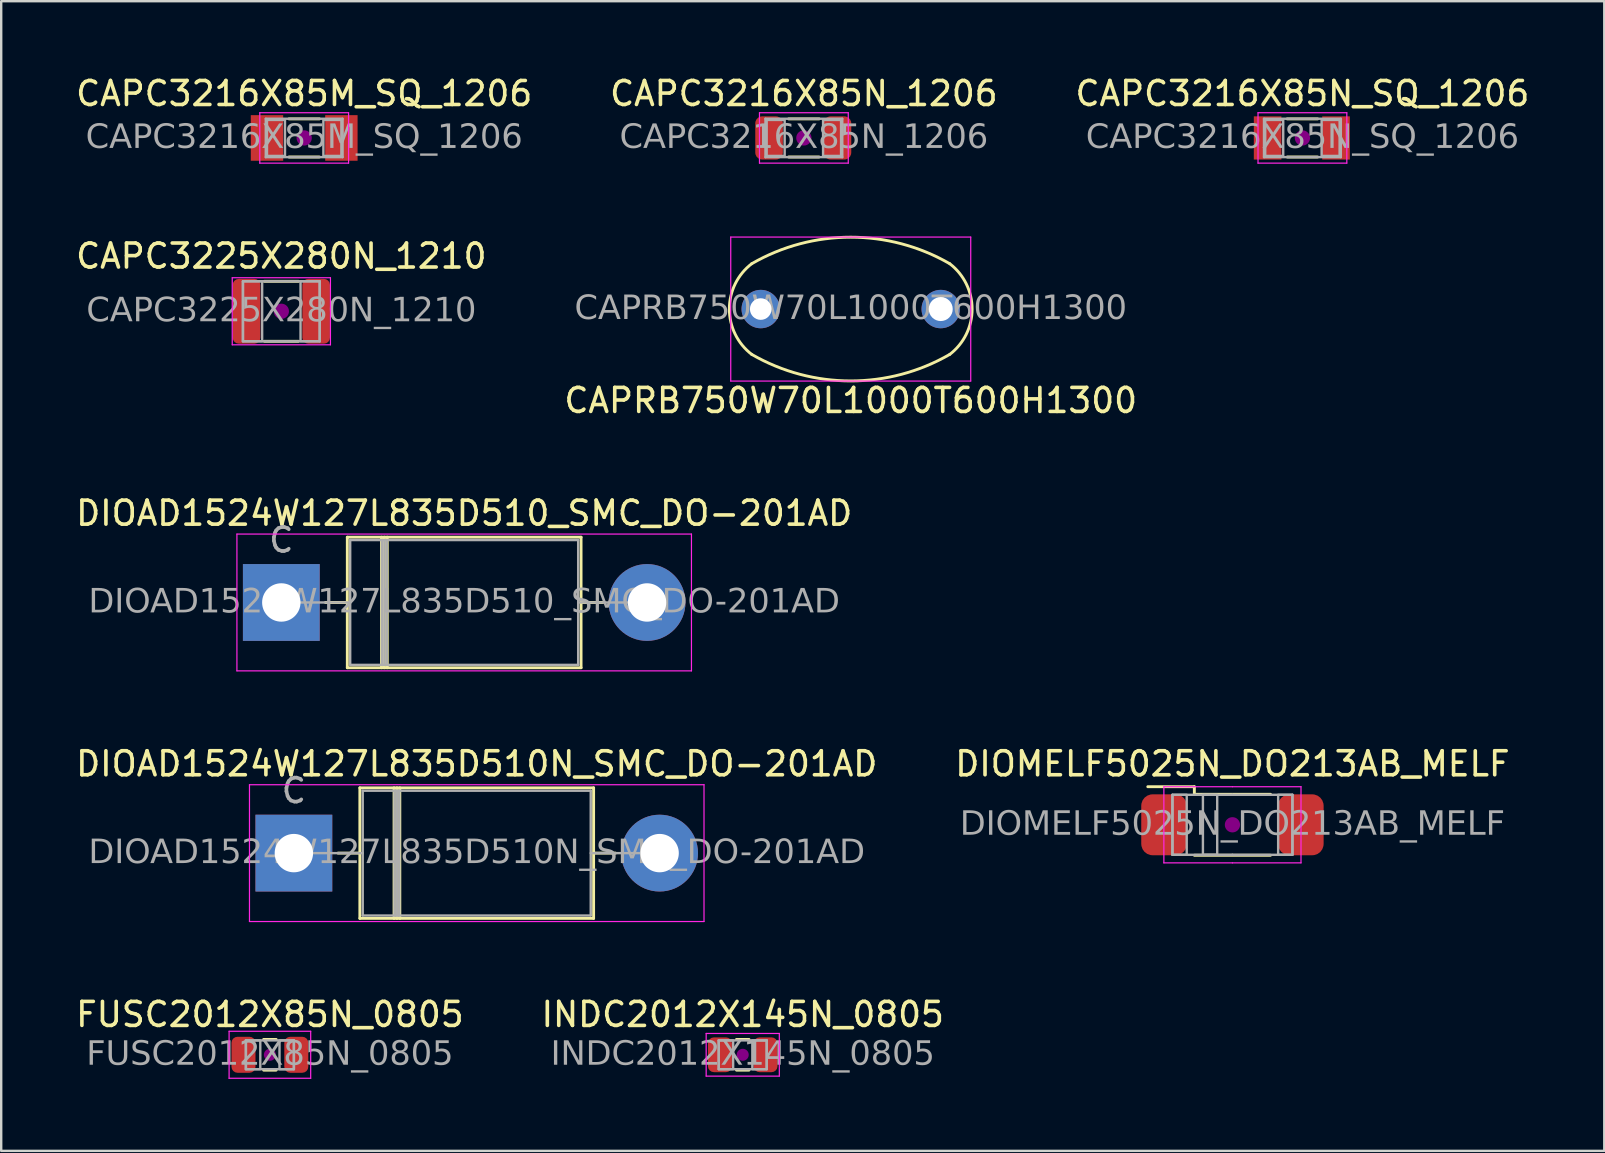
<source format=kicad_pcb>
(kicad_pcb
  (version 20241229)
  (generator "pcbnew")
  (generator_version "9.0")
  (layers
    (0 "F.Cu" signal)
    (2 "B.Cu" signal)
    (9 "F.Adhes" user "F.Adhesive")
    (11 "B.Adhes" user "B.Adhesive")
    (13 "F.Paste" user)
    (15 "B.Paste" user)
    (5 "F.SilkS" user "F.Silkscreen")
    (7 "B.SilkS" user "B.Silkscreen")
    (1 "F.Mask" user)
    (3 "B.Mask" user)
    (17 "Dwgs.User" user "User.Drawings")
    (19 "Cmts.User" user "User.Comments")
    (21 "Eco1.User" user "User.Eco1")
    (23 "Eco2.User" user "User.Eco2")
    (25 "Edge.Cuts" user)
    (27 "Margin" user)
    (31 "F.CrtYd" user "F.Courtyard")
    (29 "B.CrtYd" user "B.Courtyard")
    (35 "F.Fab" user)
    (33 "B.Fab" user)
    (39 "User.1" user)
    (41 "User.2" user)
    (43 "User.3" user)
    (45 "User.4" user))
  (footprint "DIOAD1524W127L835D510_SMC_DO-201AD"
    (layer "F.Cu")
    (at 16.292 22.054)
    (property "Reference" "DIOAD1524W127L835D510_SMC_DO-201AD" (at 0 -3.72 0) (layer "F.SilkS") (effects (font (size 1 1) (thickness 0.15))))
    (attr through_hole)
    (fp_line (start -5.78 0) (end -4.87 0) (stroke (width 0.12) (type solid)) (layer "F.SilkS"))
    (fp_line (start -4.87 -2.72) (end -4.87 2.72) (stroke (width 0.12) (type solid)) (layer "F.SilkS"))
    (fp_line (start -4.87 2.72) (end 4.87 2.72) (stroke (width 0.12) (type solid)) (layer "F.SilkS"))
    (fp_line (start -3.445 -2.72) (end -3.445 2.72) (stroke (width 0.12) (type solid)) (layer "F.SilkS"))
    (fp_line (start -3.325 -2.72) (end -3.325 2.72) (stroke (width 0.12) (type solid)) (layer "F.SilkS"))
    (fp_line (start -3.205 -2.72) (end -3.205 2.72) (stroke (width 0.12) (type solid)) (layer "F.SilkS"))
    (fp_line (start 4.87 -2.72) (end -4.87 -2.72) (stroke (width 0.12) (type solid)) (layer "F.SilkS"))
    (fp_line (start 4.87 2.72) (end 4.87 -2.72) (stroke (width 0.12) (type solid)) (layer "F.SilkS"))
    (fp_line (start 5.78 0) (end 4.87 0) (stroke (width 0.12) (type solid)) (layer "F.SilkS"))
    (fp_line (start -9.47 -2.85) (end -9.47 2.85) (stroke (width 0.05) (type solid)) (layer "F.CrtYd"))
    (fp_line (start -9.47 2.85) (end 9.47 2.85) (stroke (width 0.05) (type solid)) (layer "F.CrtYd"))
    (fp_line (start 9.47 -2.85) (end -9.47 -2.85) (stroke (width 0.05) (type solid)) (layer "F.CrtYd"))
    (fp_line (start 9.47 2.85) (end 9.47 -2.85) (stroke (width 0.05) (type solid)) (layer "F.CrtYd"))
    (fp_line (start -7.62 0) (end -4.75 0) (stroke (width 0.1) (type solid)) (layer "F.Fab"))
    (fp_line (start -4.75 -2.6) (end -4.75 2.6) (stroke (width 0.1) (type solid)) (layer "F.Fab"))
    (fp_line (start -4.75 2.6) (end 4.75 2.6) (stroke (width 0.1) (type solid)) (layer "F.Fab"))
    (fp_line (start -3.425 -2.6) (end -3.425 2.6) (stroke (width 0.1) (type solid)) (layer "F.Fab"))
    (fp_line (start -3.325 -2.6) (end -3.325 2.6) (stroke (width 0.1) (type solid)) (layer "F.Fab"))
    (fp_line (start -3.225 -2.6) (end -3.225 2.6) (stroke (width 0.1) (type solid)) (layer "F.Fab"))
    (fp_line (start 4.75 -2.6) (end -4.75 -2.6) (stroke (width 0.1) (type solid)) (layer "F.Fab"))
    (fp_line (start 4.75 2.6) (end 4.75 -2.6) (stroke (width 0.1) (type solid)) (layer "F.Fab"))
    (fp_line (start 7.62 0) (end 4.75 0) (stroke (width 0.1) (type solid)) (layer "F.Fab"))
    (fp_text user "C" (at -7.62 -2.6 0) (layer "F.Fab") (effects (font (size 1 1) (thickness 0.15))))
    (fp_text user "${REFERENCE}" (at 0 0 0) (layer "F.Fab") (effects (font (face "Tahoma") (size 1 1) (thickness 0.15))))
    (pad "1" thru_hole rect (at -7.62 0) (size 3.2 3.2) (drill 1.6) (layers "*.Cu" "*.Mask"))
    (pad "2" thru_hole oval (at 7.62 0) (size 3.2 3.2) (drill 1.6) (layers "*.Cu" "*.Mask")))
  (footprint "FUSC2012X85N_0805"
    (layer "F.Cu")
    (at 8.196 40.901)
    (property "Reference" "FUSC2012X85N_0805" (at 0 -1.68 0) (layer "F.SilkS") (effects (font (size 1 1) (thickness 0.15))))
    (attr smd)
    (fp_line (start -0.261 -0.64) (end 0.261 -0.64) (stroke (width 0.12) (type solid)) (layer "F.SilkS"))
    (fp_line (start -0.261 0.64) (end 0.261 0.64) (stroke (width 0.12) (type solid)) (layer "F.SilkS"))
    (fp_circle (center 0 0) (end 0.25 0) (stroke (width 0) (type solid)) (fill yes) (layer "F.Adhes"))
    (fp_line (start -1.7 -0.98) (end 1.7 -0.98) (stroke (width 0.05) (type solid)) (layer "F.CrtYd"))
    (fp_line (start -1.7 0.98) (end -1.7 -0.98) (stroke (width 0.05) (type solid)) (layer "F.CrtYd"))
    (fp_line (start 1.7 -0.98) (end 1.7 0.98) (stroke (width 0.05) (type solid)) (layer "F.CrtYd"))
    (fp_line (start 1.7 0.98) (end -1.7 0.98) (stroke (width 0.05) (type solid)) (layer "F.CrtYd"))
    (fp_line (start -1 -0.6) (end 1 -0.6) (stroke (width 0.1) (type solid)) (layer "F.Fab"))
    (fp_line (start -1 0.6) (end -1 -0.6) (stroke (width 0.1) (type solid)) (layer "F.Fab"))
    (fp_line (start 1 -0.6) (end 1 0.6) (stroke (width 0.1) (type solid)) (layer "F.Fab"))
    (fp_line (start 1 0.6) (end -1 0.6) (stroke (width 0.1) (type solid)) (layer "F.Fab"))
    (fp_rect (start -1 -0.6) (end -0.4 0.6) (stroke (width 0.1) (type solid)) (fill no) (layer "F.Fab"))
    (fp_rect (start 0.4 -0.6) (end 1 0.6) (stroke (width 0.1) (type solid)) (fill no) (layer "F.Fab"))
    (fp_text user "${REFERENCE}" (at 0 0 0) (layer "F.Fab") (effects (font (face "Tahoma") (size 1 1) (thickness 0.15))))
    (pad "1" smd roundrect (at -1.1 0) (size 1 1.5) (layers "F.Cu" "F.Mask" "F.Paste") (roundrect_rratio 0.25))
    (pad "2" smd roundrect (at 1.1 0) (size 1 1.5) (layers "F.Cu" "F.Mask" "F.Paste") (roundrect_rratio 0.25)))
  (footprint "INDC2012X145N_0805"
    (layer "F.Cu")
    (at 27.899 40.901)
    (property "Reference" "INDC2012X145N_0805" (at 0 -1.68 0) (layer "F.SilkS") (effects (font (size 1 1) (thickness 0.15))))
    (attr smd)
    (fp_line (start -0.261 -0.64) (end 0.261 -0.64) (stroke (width 0.12) (type solid)) (layer "F.SilkS"))
    (fp_line (start -0.261 0.64) (end 0.261 0.64) (stroke (width 0.12) (type solid)) (layer "F.SilkS"))
    (fp_circle (center 0 0) (end 0.25 0) (stroke (width 0) (type solid)) (fill yes) (layer "F.Adhes"))
    (fp_line (start -1.524 -0.889) (end 1.524 -0.889) (stroke (width 0.05) (type solid)) (layer "F.CrtYd"))
    (fp_line (start -1.524 0.889) (end -1.524 -0.889) (stroke (width 0.05) (type solid)) (layer "F.CrtYd"))
    (fp_line (start 1.524 -0.889) (end 1.524 0.889) (stroke (width 0.05) (type solid)) (layer "F.CrtYd"))
    (fp_line (start 1.524 0.889) (end -1.524 0.889) (stroke (width 0.05) (type solid)) (layer "F.CrtYd"))
    (fp_line (start -1 -0.6) (end 1 -0.6) (stroke (width 0.1) (type solid)) (layer "F.Fab"))
    (fp_line (start -1 0.6) (end -1 -0.6) (stroke (width 0.1) (type solid)) (layer "F.Fab"))
    (fp_line (start 1 -0.6) (end 1 0.6) (stroke (width 0.1) (type solid)) (layer "F.Fab"))
    (fp_line (start 1 0.6) (end -1 0.6) (stroke (width 0.1) (type solid)) (layer "F.Fab"))
    (fp_rect (start -1 -0.6) (end -0.4 0.6) (stroke (width 0.1) (type solid)) (fill no) (layer "F.Fab"))
    (fp_rect (start 0.4 -0.6) (end 1 0.6) (stroke (width 0.1) (type solid)) (fill no) (layer "F.Fab"))
    (fp_text user "${REFERENCE}" (at 0 0 0) (layer "F.Fab") (effects (font (face "Tahoma") (size 1 1) (thickness 0.15))))
    (pad "1" smd roundrect (at -0.95 0) (size 1 1.45) (layers "F.Cu" "F.Mask" "F.Paste") (roundrect_rratio 0.25))
    (pad "2" smd roundrect (at 0.95 0) (size 1 1.45) (layers "F.Cu" "F.Mask" "F.Paste") (roundrect_rratio 0.25)))
  (footprint "DIOAD1524W127L835D510N_SMC_DO-201AD"
    (layer "F.Cu")
    (at 16.815 32.498)
    (property "Reference" "DIOAD1524W127L835D510N_SMC_DO-201AD" (at 0 -3.72 0) (layer "F.SilkS") (effects (font (size 1 1) (thickness 0.15))))
    (attr through_hole)
    (fp_line (start -5.78 0) (end -4.87 0) (stroke (width 0.12) (type solid)) (layer "F.SilkS"))
    (fp_line (start -4.87 -2.72) (end -4.87 2.72) (stroke (width 0.12) (type solid)) (layer "F.SilkS"))
    (fp_line (start -4.87 2.72) (end 4.87 2.72) (stroke (width 0.12) (type solid)) (layer "F.SilkS"))
    (fp_line (start -3.445 -2.72) (end -3.445 2.72) (stroke (width 0.12) (type solid)) (layer "F.SilkS"))
    (fp_line (start -3.325 -2.72) (end -3.325 2.72) (stroke (width 0.12) (type solid)) (layer "F.SilkS"))
    (fp_line (start -3.205 -2.72) (end -3.205 2.72) (stroke (width 0.12) (type solid)) (layer "F.SilkS"))
    (fp_line (start 4.87 -2.72) (end -4.87 -2.72) (stroke (width 0.12) (type solid)) (layer "F.SilkS"))
    (fp_line (start 4.87 2.72) (end 4.87 -2.72) (stroke (width 0.12) (type solid)) (layer "F.SilkS"))
    (fp_line (start 5.78 0) (end 4.87 0) (stroke (width 0.12) (type solid)) (layer "F.SilkS"))
    (fp_line (start -9.47 -2.85) (end -9.47 2.85) (stroke (width 0.05) (type solid)) (layer "F.CrtYd"))
    (fp_line (start -9.47 2.85) (end 9.47 2.85) (stroke (width 0.05) (type solid)) (layer "F.CrtYd"))
    (fp_line (start 9.47 -2.85) (end -9.47 -2.85) (stroke (width 0.05) (type solid)) (layer "F.CrtYd"))
    (fp_line (start 9.47 2.85) (end 9.47 -2.85) (stroke (width 0.05) (type solid)) (layer "F.CrtYd"))
    (fp_line (start -7.62 0) (end -4.75 0) (stroke (width 0.1) (type solid)) (layer "F.Fab"))
    (fp_line (start -4.75 -2.6) (end -4.75 2.6) (stroke (width 0.1) (type solid)) (layer "F.Fab"))
    (fp_line (start -4.75 2.6) (end 4.75 2.6) (stroke (width 0.1) (type solid)) (layer "F.Fab"))
    (fp_line (start -3.425 -2.6) (end -3.425 2.6) (stroke (width 0.1) (type solid)) (layer "F.Fab"))
    (fp_line (start -3.325 -2.6) (end -3.325 2.6) (stroke (width 0.1) (type solid)) (layer "F.Fab"))
    (fp_line (start -3.225 -2.6) (end -3.225 2.6) (stroke (width 0.1) (type solid)) (layer "F.Fab"))
    (fp_line (start 4.75 -2.6) (end -4.75 -2.6) (stroke (width 0.1) (type solid)) (layer "F.Fab"))
    (fp_line (start 4.75 2.6) (end 4.75 -2.6) (stroke (width 0.1) (type solid)) (layer "F.Fab"))
    (fp_line (start 7.62 0) (end 4.75 0) (stroke (width 0.1) (type solid)) (layer "F.Fab"))
    (fp_text user "${REFERENCE}" (at 0 0 0) (layer "F.Fab") (effects (font (face "Tahoma") (size 1 1) (thickness 0.15))))
    (fp_text user "C" (at -7.62 -2.6 0) (layer "F.Fab") (effects (font (size 1 1) (thickness 0.15))))
    (pad "1" thru_hole rect (at -7.62 0) (size 3.2 3.2) (drill 1.6) (layers "*.Cu" "*.Mask"))
    (pad "2" thru_hole oval (at 7.62 0) (size 3.2 3.2) (drill 1.6) (layers "*.Cu" "*.Mask")))
  (footprint "CAPC3216X85N_1206"
    (layer "F.Cu")
    (at 30.446 2.698)
    (property "Reference" "CAPC3216X85N_1206" (at 0 -1.85 0) (layer "F.SilkS") (effects (font (size 1 1) (thickness 0.15))))
    (attr smd)
    (fp_line (start -0.635 -0.794) (end 0.635 -0.794) (stroke (width 0.12) (type solid)) (layer "F.SilkS"))
    (fp_line (start -0.635 0.794) (end 0.635 0.794) (stroke (width 0.12) (type solid)) (layer "F.SilkS"))
    (fp_circle (center 0 0) (end 0.318 0) (stroke (width 0) (type solid)) (fill yes) (layer "F.Adhes"))
    (fp_line (start -1.85 -1.05) (end 1.85 -1.05) (stroke (width 0.05) (type solid)) (layer "F.CrtYd"))
    (fp_line (start -1.85 1.05) (end -1.85 -1.05) (stroke (width 0.05) (type solid)) (layer "F.CrtYd"))
    (fp_line (start 1.85 -1.05) (end 1.85 1.05) (stroke (width 0.05) (type solid)) (layer "F.CrtYd"))
    (fp_line (start 1.85 1.05) (end -1.85 1.05) (stroke (width 0.05) (type solid)) (layer "F.CrtYd"))
    (fp_line (start -1.6 -0.8) (end 1.6 -0.8) (stroke (width 0.1) (type solid)) (layer "F.Fab"))
    (fp_line (start -1.6 0.8) (end -1.6 -0.8) (stroke (width 0.1) (type solid)) (layer "F.Fab"))
    (fp_line (start 1.6 -0.8) (end 1.6 0.8) (stroke (width 0.1) (type solid)) (layer "F.Fab"))
    (fp_line (start 1.6 0.8) (end -1.6 0.8) (stroke (width 0.1) (type solid)) (layer "F.Fab"))
    (fp_rect (start -0.8 0.75) (end -1.55 -0.75) (stroke (width 0.1) (type solid)) (fill no) (layer "F.Fab"))
    (fp_rect (start 0.8 -0.75) (end 1.55 0.75) (stroke (width 0.1) (type solid)) (fill no) (layer "F.Fab"))
    (fp_text user "${REFERENCE}" (at 0 0 0) (layer "F.Fab") (effects (font (face "Tahoma") (size 1 1) (thickness 0.15))))
    (pad "1" smd roundrect (at -1.45 0) (size 1.15 1.8) (layers "F.Cu" "F.Mask" "F.Paste") (roundrect_rratio 0.25))
    (pad "2" smd roundrect (at 1.4 0) (size 1.15 1.8) (layers "F.Cu" "F.Mask" "F.Paste") (roundrect_rratio 0.25)))
  (footprint "CAPC3216X85N_SQ_1206"
    (layer "F.Cu")
    (at 51.22 2.698)
    (property "Reference" "CAPC3216X85N_SQ_1206" (at 0 -1.85 0) (layer "F.SilkS") (effects (font (size 1 1) (thickness 0.15))))
    (attr smd)
    (fp_line (start -0.635 -0.794) (end 0.635 -0.794) (stroke (width 0.12) (type solid)) (layer "F.SilkS"))
    (fp_line (start -0.635 0.794) (end 0.635 0.794) (stroke (width 0.12) (type solid)) (layer "F.SilkS"))
    (fp_circle (center 0 0) (end 0.318 0) (stroke (width 0) (type solid)) (fill yes) (layer "F.Adhes"))
    (fp_line (start -1.85 -1.05) (end 1.85 -1.05) (stroke (width 0.05) (type solid)) (layer "F.CrtYd"))
    (fp_line (start -1.85 1.05) (end -1.85 -1.05) (stroke (width 0.05) (type solid)) (layer "F.CrtYd"))
    (fp_line (start 1.85 -1.05) (end 1.85 1.05) (stroke (width 0.05) (type solid)) (layer "F.CrtYd"))
    (fp_line (start 1.85 1.05) (end -1.85 1.05) (stroke (width 0.05) (type solid)) (layer "F.CrtYd"))
    (fp_line (start -1.6 -0.8) (end 1.6 -0.8) (stroke (width 0.1) (type solid)) (layer "F.Fab"))
    (fp_line (start -1.6 0.8) (end -1.6 -0.8) (stroke (width 0.1) (type solid)) (layer "F.Fab"))
    (fp_line (start 1.6 -0.8) (end 1.6 0.8) (stroke (width 0.1) (type solid)) (layer "F.Fab"))
    (fp_line (start 1.6 0.8) (end -1.6 0.8) (stroke (width 0.1) (type solid)) (layer "F.Fab"))
    (fp_rect (start -0.8 0.75) (end -1.55 -0.75) (stroke (width 0.1) (type solid)) (fill no) (layer "F.Fab"))
    (fp_rect (start 0.8 -0.75) (end 1.55 0.75) (stroke (width 0.1) (type solid)) (fill no) (layer "F.Fab"))
    (fp_text user "${REFERENCE}" (at 0 0 0) (layer "F.Fab") (effects (font (face "Tahoma") (size 1 1) (thickness 0.15))))
    (pad "1" smd rect (at -1.45 0) (size 1.15 1.8) (layers "F.Cu" "F.Mask" "F.Paste"))
    (pad "2" smd rect (at 1.4 0) (size 1.15 1.8) (layers "F.Cu" "F.Mask" "F.Paste")))
  (footprint "CAPC3216X85M_SQ_1206"
    (layer "F.Cu")
    (at 9.625 2.698)
    (property "Reference" "CAPC3216X85M_SQ_1206" (at 0 -1.85 0) (layer "F.SilkS") (effects (font (size 1 1) (thickness 0.15))))
    (attr smd)
    (fp_line (start -0.635 -0.794) (end 0.635 -0.794) (stroke (width 0.12) (type solid)) (layer "F.SilkS"))
    (fp_line (start -0.635 0.794) (end 0.635 0.794) (stroke (width 0.12) (type solid)) (layer "F.SilkS"))
    (fp_circle (center 0 0) (end 0.318 0) (stroke (width 0) (type solid)) (fill yes) (layer "F.Adhes"))
    (fp_line (start -1.85 -1.05) (end 1.85 -1.05) (stroke (width 0.05) (type solid)) (layer "F.CrtYd"))
    (fp_line (start -1.85 1.05) (end -1.85 -1.05) (stroke (width 0.05) (type solid)) (layer "F.CrtYd"))
    (fp_line (start 1.85 -1.05) (end 1.85 1.05) (stroke (width 0.05) (type solid)) (layer "F.CrtYd"))
    (fp_line (start 1.85 1.05) (end -1.85 1.05) (stroke (width 0.05) (type solid)) (layer "F.CrtYd"))
    (fp_line (start -1.6 -0.8) (end 1.6 -0.8) (stroke (width 0.1) (type solid)) (layer "F.Fab"))
    (fp_line (start -1.6 0.8) (end -1.6 -0.8) (stroke (width 0.1) (type solid)) (layer "F.Fab"))
    (fp_line (start 1.6 -0.8) (end 1.6 0.8) (stroke (width 0.1) (type solid)) (layer "F.Fab"))
    (fp_line (start 1.6 0.8) (end -1.6 0.8) (stroke (width 0.1) (type solid)) (layer "F.Fab"))
    (fp_rect (start -0.8 0.75) (end -1.55 -0.75) (stroke (width 0.1) (type solid)) (fill no) (layer "F.Fab"))
    (fp_rect (start 0.8 -0.75) (end 1.55 0.75) (stroke (width 0.1) (type solid)) (fill no) (layer "F.Fab"))
    (fp_text user "${REFERENCE}" (at 0 0 0) (layer "F.Fab") (effects (font (face "Tahoma") (size 1 1) (thickness 0.15))))
    (pad "1" smd rect (at -1.55 0) (size 1.35 1.9) (layers "F.Cu" "F.Mask" "F.Paste"))
    (pad "2" smd rect (at 1.55 0) (size 1.35 1.9) (layers "F.Cu" "F.Mask" "F.Paste")))
  (footprint "DIOMELF5025N_DO213AB_MELF"
    (layer "F.Cu")
    (at 48.304 31.318)
    (property "Reference" "DIOMELF5025N_DO213AB_MELF" (at 0 -2.54 0) (layer "F.SilkS") (effects (font (size 1 1) (thickness 0.15))))
    (attr smd)
    (fp_line (start -1.587 -1.587) (end -3.527 -1.587) (stroke (width 0.12) (type solid)) (layer "F.SilkS"))
    (fp_line (start -1.587 -1.27) (end -1.587 -1.587) (stroke (width 0.12) (type solid)) (layer "F.SilkS"))
    (fp_line (start 1.587 -1.27) (end -1.587 -1.27) (stroke (width 0.12) (type solid)) (layer "F.SilkS"))
    (fp_line (start 1.587 1.27) (end -1.587 1.27) (stroke (width 0.12) (type solid)) (layer "F.SilkS"))
    (fp_circle (center 0 0) (end 0.318 0) (stroke (width 0) (type solid)) (fill yes) (layer "F.Adhes"))
    (fp_line (start -2.857 -1.587) (end 0 -1.587) (stroke (width 0.05) (type solid)) (layer "F.CrtYd"))
    (fp_line (start -2.857 1.587) (end -2.857 -1.587) (stroke (width 0.05) (type solid)) (layer "F.CrtYd"))
    (fp_line (start 0 -1.587) (end 2.857 -1.587) (stroke (width 0.05) (type solid)) (layer "F.CrtYd"))
    (fp_line (start 0 1.587) (end -2.857 1.587) (stroke (width 0.05) (type solid)) (layer "F.CrtYd"))
    (fp_line (start 2.857 -1.587) (end 2.857 1.587) (stroke (width 0.05) (type solid)) (layer "F.CrtYd"))
    (fp_line (start 2.857 1.587) (end 0 1.587) (stroke (width 0.05) (type solid)) (layer "F.CrtYd"))
    (fp_line (start -2.5 1.25) (end -2.5 -1.25) (stroke (width 0.1) (type solid)) (layer "F.Fab"))
    (fp_line (start -2.5 1.25) (end 0 1.25) (stroke (width 0.1) (type solid)) (layer "F.Fab"))
    (fp_line (start 0 -1.25) (end -2.5 -1.25) (stroke (width 0.1) (type solid)) (layer "F.Fab"))
    (fp_line (start 0 1.25) (end 2.5 1.25) (stroke (width 0.1) (type solid)) (layer "F.Fab"))
    (fp_line (start 2.5 -1.25) (end 0 -1.25) (stroke (width 0.1) (type solid)) (layer "F.Fab"))
    (fp_line (start 2.5 -1.25) (end 2.5 1.25) (stroke (width 0.1) (type solid)) (layer "F.Fab"))
    (fp_rect (start -2.5 -1.25) (end -1.905 1.25) (stroke (width 0.1) (type solid)) (fill no) (layer "F.Fab"))
    (fp_rect (start -1.23 -1.25) (end -0.635 1.25) (stroke (width 0.1) (type solid)) (fill no) (layer "F.Fab"))
    (fp_rect (start 2.5 1.25) (end 1.905 -1.25) (stroke (width 0.1) (type solid)) (fill no) (layer "F.Fab"))
    (fp_text user "${REFERENCE}" (at 0 0 0) (layer "F.Fab") (effects (font (face "Tahoma") (size 1 1) (thickness 0.15))))
    (pad "1" smd roundrect (at -2.85 0) (size 1.9 2.54) (layers "F.Cu" "F.Mask" "F.Paste") (roundrect_rratio 0.25))
    (pad "2" smd roundrect (at 2.85 0) (size 1.9 2.54) (layers "F.Cu" "F.Mask" "F.Paste") (roundrect_rratio 0.25)))
  (footprint "CAPRB750W70L1000T600H1300"
    (layer "F.Cu")
    (at 32.399 9.828)
    (property "Reference" "CAPRB750W70L1000T600H1300" (at 0 3.81 0) (layer "F.SilkS") (effects (font (size 1 1) (thickness 0.15))))
    (attr through_hole)
    (fp_arc (start -4.126473 -1.888981) (mid 0 -2.994666) (end 4.126473 -1.888981) (stroke (width 0.12) (type default)) (layer "F.SilkS"))
    (fp_arc (start -4.126473 1.888981) (mid -5.058015 0) (end -4.126473 -1.888981) (stroke (width 0.12) (type default)) (layer "F.SilkS"))
    (fp_arc (start 4.126473 -1.888981) (mid 5.058015 0) (end 4.126473 1.888981) (stroke (width 0.12) (type default)) (layer "F.SilkS"))
    (fp_arc (start 4.126473 1.888981) (mid 0 2.994666) (end -4.126473 1.888981) (stroke (width 0.12) (type default)) (layer "F.SilkS"))
    (fp_line (start -5 -3) (end -5 3) (stroke (width 0.05) (type solid)) (layer "F.CrtYd"))
    (fp_line (start -5 -3) (end 5 -3) (stroke (width 0.05) (type solid)) (layer "F.CrtYd"))
    (fp_line (start -5 3) (end 5 3) (stroke (width 0.05) (type solid)) (layer "F.CrtYd"))
    (fp_line (start 5 -3) (end 5 3) (stroke (width 0.05) (type solid)) (layer "F.CrtYd"))
    (fp_text user "${REFERENCE}" (at 0 0 0) (layer "F.Fab") (effects (font (face "Tahoma") (size 1 1) (thickness 0.15))))
    (pad "1" thru_hole circle (at -3.75 0) (size 1.6 1.6) (drill 0.9) (layers "*.Cu" "*.Mask"))
    (pad "2" thru_hole circle (at 3.75 0) (size 1.6 1.6) (drill 1) (layers "*.Cu" "*.Mask")))
  (footprint "CAPC3225X280N_1210"
    (layer "F.Cu")
    (at 8.673 9.921)
    (property "Reference" "CAPC3225X280N_1210" (at 0 -2.3 0) (layer "F.SilkS") (effects (font (size 1 1) (thickness 0.15))))
    (attr smd)
    (fp_line (start -0.711 -1.25) (end 0.711 -1.25) (stroke (width 0.12) (type solid)) (layer "F.SilkS"))
    (fp_line (start -0.711 1.25) (end 0.711 1.25) (stroke (width 0.12) (type solid)) (layer "F.SilkS"))
    (fp_circle (center 0 0) (end 0.318 0) (stroke (width 0) (type solid)) (fill yes) (layer "F.Adhes"))
    (fp_line (start -2.046 -1.397) (end 2.046 -1.397) (stroke (width 0.05) (type solid)) (layer "F.CrtYd"))
    (fp_line (start -2.046 1.397) (end -2.046 -1.397) (stroke (width 0.05) (type solid)) (layer "F.CrtYd"))
    (fp_line (start 2.046 -1.397) (end 2.046 1.397) (stroke (width 0.05) (type solid)) (layer "F.CrtYd"))
    (fp_line (start 2.046 1.397) (end -2.046 1.397) (stroke (width 0.05) (type solid)) (layer "F.CrtYd"))
    (fp_line (start -1.6 -1.25) (end 1.6 -1.25) (stroke (width 0.1) (type solid)) (layer "F.Fab"))
    (fp_line (start -1.6 1.25) (end -1.6 -1.25) (stroke (width 0.1) (type solid)) (layer "F.Fab"))
    (fp_line (start 1.6 -1.25) (end 1.6 1.25) (stroke (width 0.1) (type solid)) (layer "F.Fab"))
    (fp_line (start 1.6 1.25) (end -1.6 1.25) (stroke (width 0.1) (type solid)) (layer "F.Fab"))
    (fp_rect (start -1.6 -1.25) (end -0.8 1.25) (stroke (width 0.1) (type solid)) (fill no) (layer "F.Fab"))
    (fp_rect (start 0.8 -1.25) (end 1.6 1.25) (stroke (width 0.1) (type solid)) (fill no) (layer "F.Fab"))
    (fp_text user "${REFERENCE}" (at 0 0 0) (layer "F.Fab") (effects (font (face "Tahoma") (size 1 1) (thickness 0.15))))
    (pad "1" smd roundrect (at -1.45 0) (size 1.15 2.7) (layers "F.Cu" "F.Mask" "F.Paste") (roundrect_rratio 0.217))
    (pad "2" smd roundrect (at 1.45 0) (size 1.15 2.7) (layers "F.Cu" "F.Mask" "F.Paste") (roundrect_rratio 0.217)))
  (gr_rect
    (start -3 -3)
    (end 63.798 44.906)
    (stroke (width 0.1) (type default))
    (fill no)
    (layer "Edge.Cuts")))
</source>
